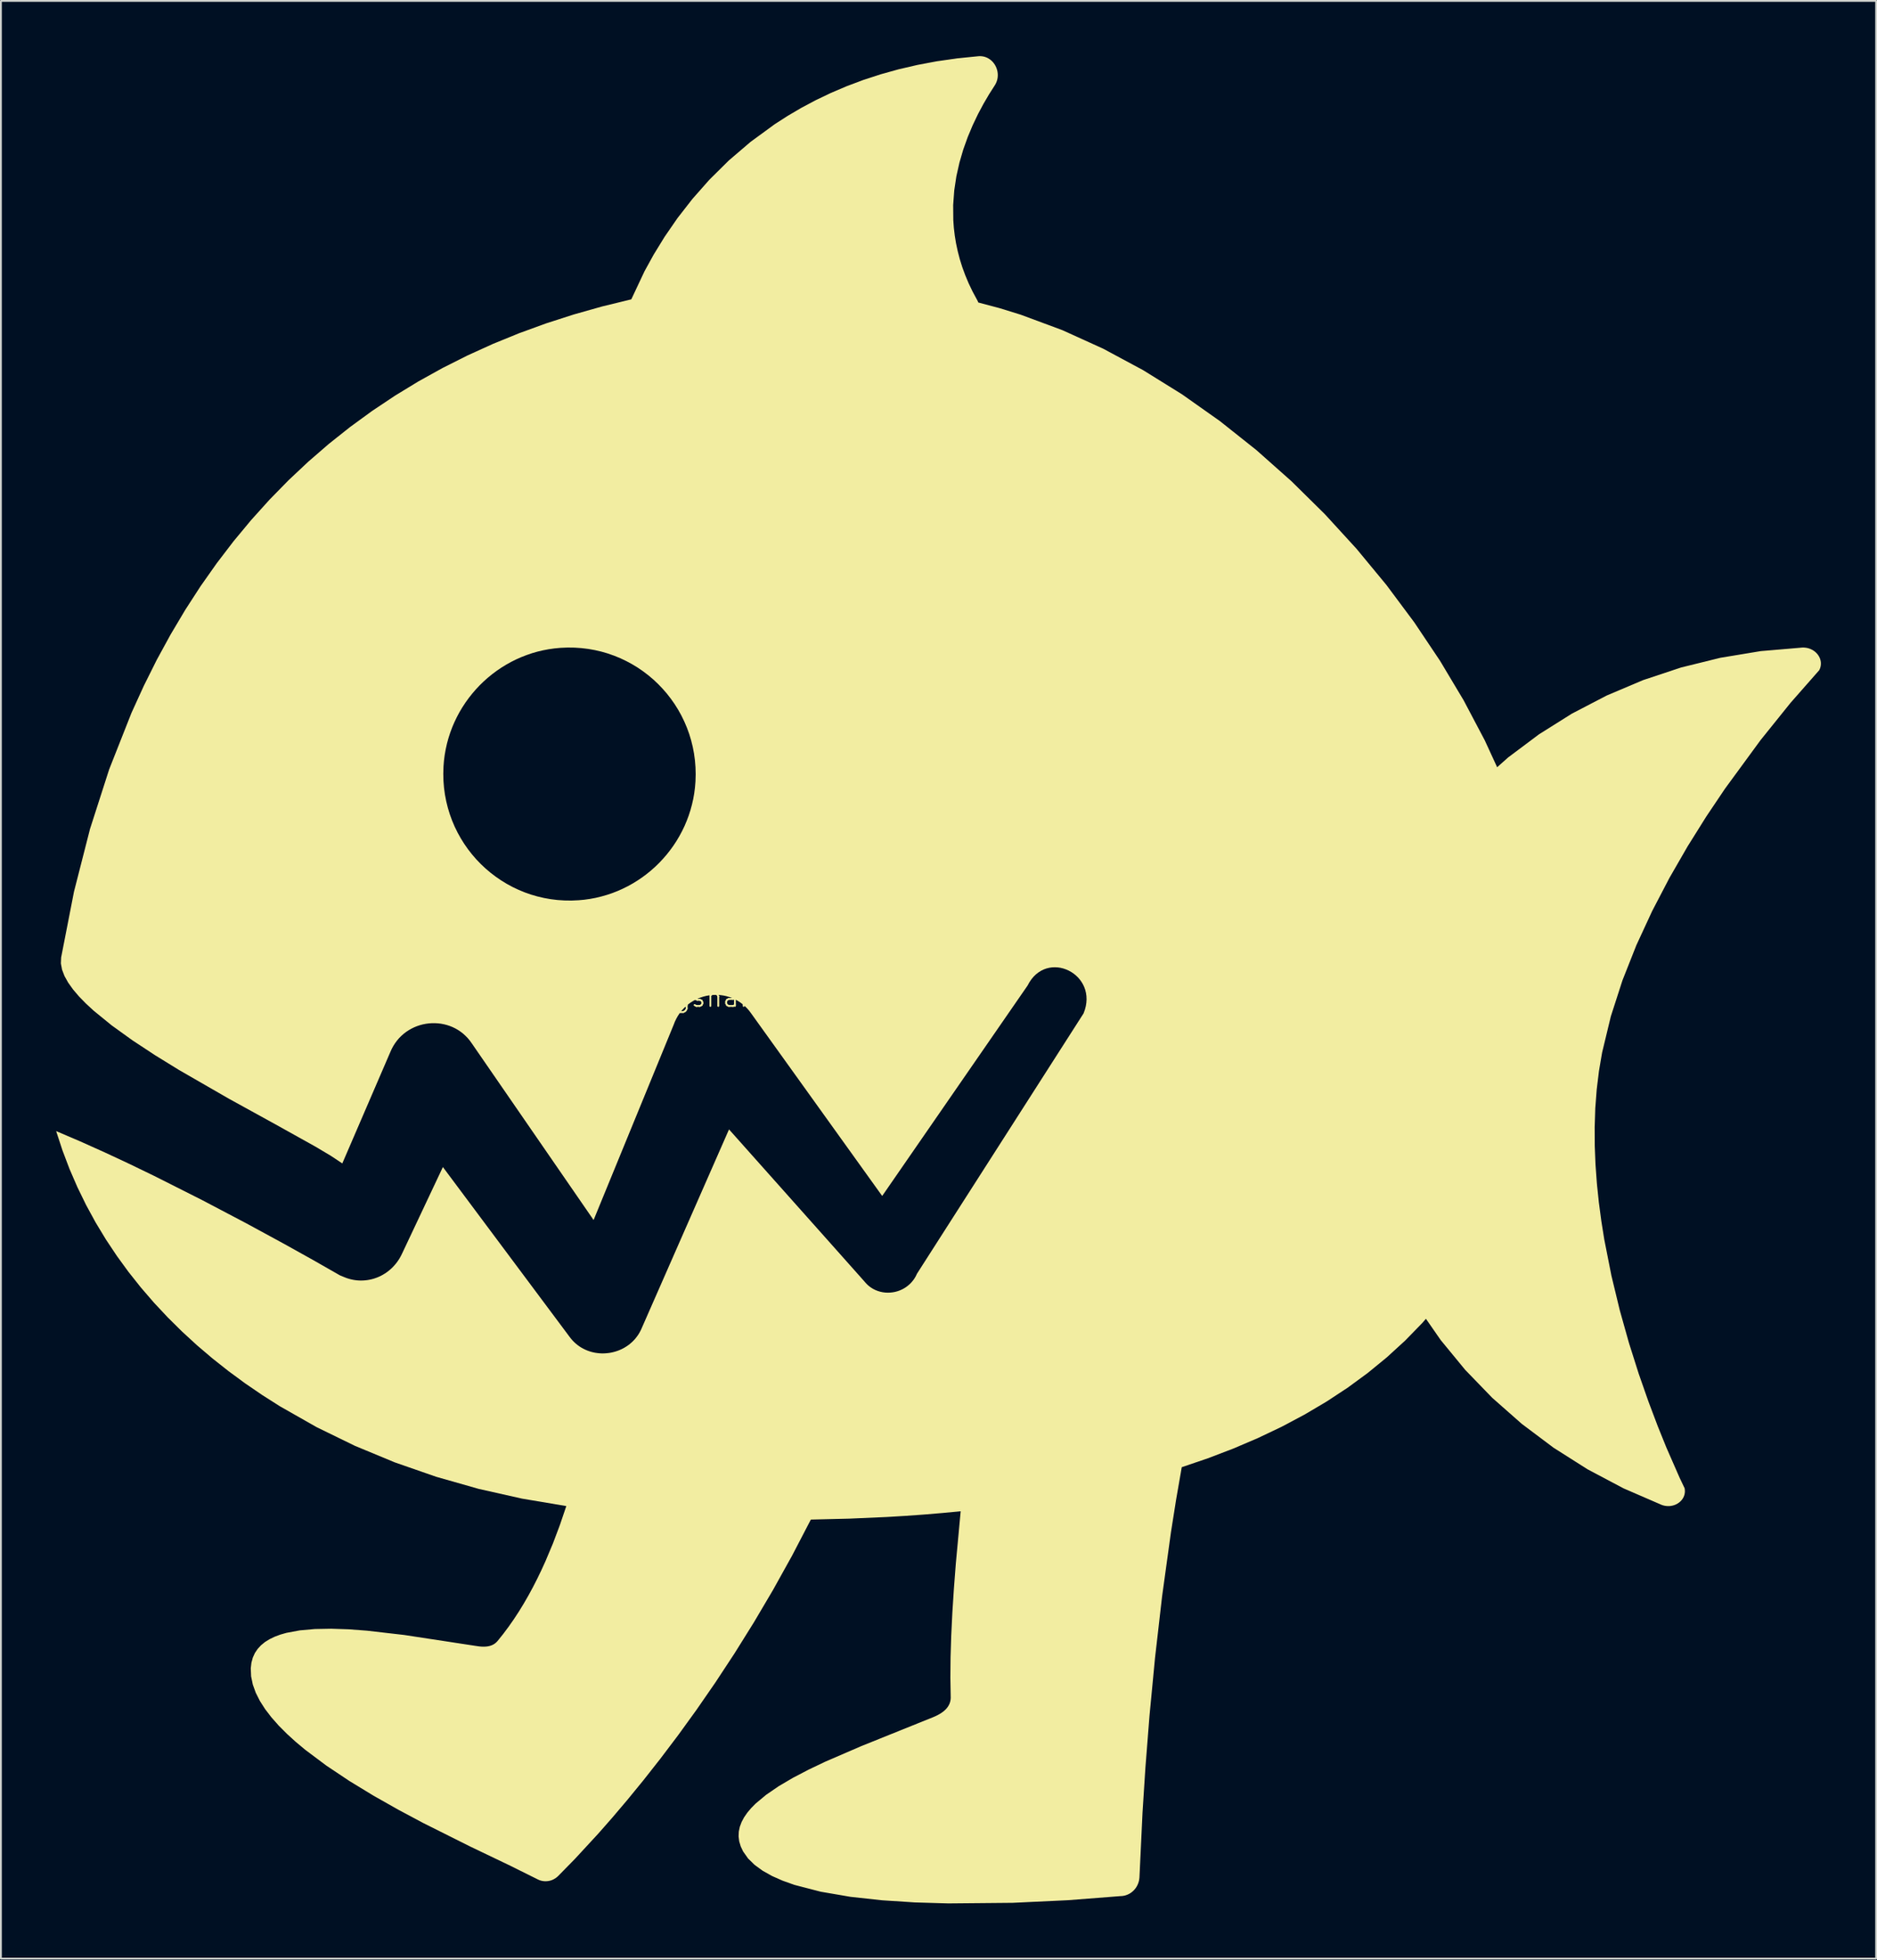
<source format=kicad_pcb>
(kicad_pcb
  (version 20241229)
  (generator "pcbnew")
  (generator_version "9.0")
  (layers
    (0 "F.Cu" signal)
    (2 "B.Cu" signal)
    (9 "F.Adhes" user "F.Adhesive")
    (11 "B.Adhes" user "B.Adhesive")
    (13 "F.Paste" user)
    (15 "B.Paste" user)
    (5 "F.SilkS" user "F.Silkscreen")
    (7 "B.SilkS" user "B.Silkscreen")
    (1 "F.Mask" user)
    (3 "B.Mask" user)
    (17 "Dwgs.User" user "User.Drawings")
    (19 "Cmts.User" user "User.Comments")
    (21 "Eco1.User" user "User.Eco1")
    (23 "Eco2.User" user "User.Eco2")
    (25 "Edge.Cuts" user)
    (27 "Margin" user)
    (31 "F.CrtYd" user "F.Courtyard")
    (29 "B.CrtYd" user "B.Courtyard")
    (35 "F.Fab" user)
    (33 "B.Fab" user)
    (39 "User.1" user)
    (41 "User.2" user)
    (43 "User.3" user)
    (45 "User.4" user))
  (footprint "Legshark_Logo_Huge"
    (layer "F.Cu")
    (at 39.608 53.129)
    (property "Reference" "Legshark_Logo_Huge" (at 0 -2 0) (unlocked yes) (layer "F.SilkS") (effects (font (size 1 1) (thickness 0.1))))
    (fp_poly (pts (xy 55.37 -21.004) (xy 55.435 -20.997) (xy 55.497 -20.987) (xy 55.558 -20.972) (xy 55.618 -20.954) (xy 55.675 -20.933) (xy 55.73 -20.908) (xy 55.784 -20.881) (xy 55.835 -20.851) (xy 55.883 -20.818) (xy 55.929 -20.782) (xy 55.973 -20.744) (xy 56.014 -20.703) (xy 56.052 -20.661) (xy 56.087 -20.617) (xy 56.119 -20.57) (xy 56.147 -20.523) (xy 56.173 -20.473) (xy 56.195 -20.423) (xy 56.213 -20.371) (xy 56.228 -20.318) (xy 56.24 -20.264) (xy 56.247 -20.21) (xy 56.25 -20.154) (xy 56.249 -20.099) (xy 56.244 -20.043) (xy 56.235 -19.987) (xy 56.221 -19.931) (xy 56.203 -19.876) (xy 56.18 -19.82) (xy 56.152 -19.766) (xy 56.152 -19.769) (xy 54.603 -18.007) (xy 52.972 -15.979) (xy 51.04 -13.341) (xy 50.024 -11.829) (xy 49.01 -10.209) (xy 48.022 -8.494) (xy 47.086 -6.699) (xy 46.226 -4.839) (xy 45.47 -2.928) (xy 44.841 -0.98) (xy 44.366 0.989) (xy 44.196 1.983) (xy 44.074 2.99) (xy 43.996 4.006) (xy 43.962 5.029) (xy 43.966 6.056) (xy 44.008 7.083) (xy 44.083 8.109) (xy 44.189 9.129) (xy 44.324 10.142) (xy 44.484 11.144) (xy 44.871 13.105) (xy 45.326 14.988) (xy 45.827 16.771) (xy 46.353 18.43) (xy 46.882 19.943) (xy 47.39 21.287) (xy 47.855 22.438) (xy 48.57 24.07) (xy 48.848 24.655) (xy 48.857 24.716) (xy 48.862 24.776) (xy 48.863 24.835) (xy 48.859 24.893) (xy 48.85 24.95) (xy 48.838 25.005) (xy 48.821 25.058) (xy 48.801 25.11) (xy 48.777 25.16) (xy 48.749 25.208) (xy 48.719 25.254) (xy 48.685 25.297) (xy 48.648 25.339) (xy 48.608 25.378) (xy 48.565 25.415) (xy 48.52 25.449) (xy 48.473 25.48) (xy 48.423 25.509) (xy 48.372 25.534) (xy 48.318 25.557) (xy 48.263 25.576) (xy 48.206 25.593) (xy 48.147 25.605) (xy 48.088 25.615) (xy 48.027 25.621) (xy 47.965 25.623) (xy 47.903 25.621) (xy 47.84 25.615) (xy 47.776 25.606) (xy 47.713 25.592) (xy 47.649 25.574) (xy 47.585 25.551) (xy 45.528 24.659) (xy 43.574 23.624) (xy 41.73 22.454) (xy 40.004 21.158) (xy 38.402 19.746) (xy 36.931 18.226) (xy 35.599 16.606) (xy 34.413 14.897) (xy 33.379 13.106) (xy 32.505 11.242) (xy 32.13 10.286) (xy 31.798 9.315) (xy 31.51 8.33) (xy 31.266 7.333) (xy 31.067 6.324) (xy 30.915 5.305) (xy 30.809 4.276) (xy 30.752 3.239) (xy 30.743 2.196) (xy 30.784 1.146) (xy 30.876 0.091) (xy 31.02 -0.967) (xy 31.215 -2.023) (xy 31.458 -3.059) (xy 31.749 -4.075) (xy 32.085 -5.069) (xy 32.466 -6.041) (xy 32.891 -6.99) (xy 33.358 -7.915) (xy 33.866 -8.816) (xy 34.414 -9.691) (xy 35 -10.54) (xy 35.625 -11.362) (xy 36.285 -12.157) (xy 37.709 -13.659) (xy 39.264 -15.041) (xy 40.94 -16.297) (xy 42.726 -17.419) (xy 44.615 -18.402) (xy 46.594 -19.24) (xy 48.656 -19.925) (xy 50.791 -20.452) (xy 52.987 -20.815) (xy 55.237 -21.007) (xy 55.304 -21.008)) (stroke (width 0) (type solid)) (fill yes) (layer "F.SilkS"))
    (fp_poly (pts (xy 10.637 -53.126) (xy 10.709 -53.118) (xy 10.779 -53.105) (xy 10.847 -53.086) (xy 10.912 -53.063) (xy 10.975 -53.035) (xy 11.036 -53.002) (xy 11.093 -52.966) (xy 11.148 -52.926) (xy 11.199 -52.881) (xy 11.248 -52.834) (xy 11.293 -52.783) (xy 11.335 -52.729) (xy 11.374 -52.673) (xy 11.408 -52.614) (xy 11.439 -52.553) (xy 11.466 -52.49) (xy 11.489 -52.425) (xy 11.508 -52.358) (xy 11.523 -52.29) (xy 11.533 -52.222) (xy 11.539 -52.152) (xy 11.54 -52.081) (xy 11.536 -52.011) (xy 11.528 -51.94) (xy 11.514 -51.869) (xy 11.495 -51.799) (xy 11.471 -51.729) (xy 11.441 -51.66) (xy 11.406 -51.592) (xy 11.365 -51.525) (xy 11.067 -51.058) (xy 10.765 -50.543) (xy 10.466 -49.983) (xy 10.178 -49.38) (xy 9.909 -48.739) (xy 9.666 -48.061) (xy 9.458 -47.349) (xy 9.291 -46.606) (xy 9.175 -45.836) (xy 9.116 -45.041) (xy 9.123 -44.223) (xy 9.153 -43.807) (xy 9.203 -43.386) (xy 9.273 -42.961) (xy 9.364 -42.533) (xy 9.477 -42.101) (xy 9.613 -41.665) (xy 9.774 -41.228) (xy 9.959 -40.787) (xy 10.171 -40.345) (xy 10.41 -39.901) (xy 10.42 -39.883) (xy 10.43 -39.865) (xy 10.44 -39.846) (xy 10.449 -39.827) (xy 10.457 -39.808) (xy 10.465 -39.788) (xy 10.473 -39.769) (xy 10.48 -39.75) (xy 11.633 -39.443) (xy 12.779 -39.089) (xy 15.043 -38.249) (xy 17.265 -37.24) (xy 19.438 -36.072) (xy 21.553 -34.758) (xy 23.605 -33.308) (xy 25.586 -31.734) (xy 27.488 -30.045) (xy 29.304 -28.254) (xy 31.027 -26.371) (xy 32.65 -24.407) (xy 34.165 -22.374) (xy 35.566 -20.282) (xy 36.844 -18.143) (xy 37.993 -15.966) (xy 39.006 -13.765) (xy 39.009 -13.765) (xy 38.343 10.101) (xy 37.72 11.328) (xy 37.032 12.498) (xy 36.281 13.613) (xy 35.469 14.673) (xy 34.596 15.68) (xy 33.666 16.635) (xy 32.679 17.538) (xy 31.637 18.391) (xy 30.542 19.194) (xy 29.395 19.948) (xy 28.199 20.655) (xy 26.955 21.316) (xy 25.665 21.93) (xy 24.33 22.5) (xy 22.952 23.027) (xy 21.533 23.51) (xy 21.225 25.281) (xy 20.946 27.047) (xy 20.465 30.527) (xy 20.081 33.87) (xy 19.782 36.996) (xy 19.559 39.827) (xy 19.401 42.283) (xy 19.237 45.754) (xy 19.234 45.808) (xy 19.228 45.862) (xy 19.22 45.915) (xy 19.21 45.967) (xy 19.197 46.018) (xy 19.182 46.068) (xy 19.165 46.117) (xy 19.146 46.164) (xy 19.125 46.211) (xy 19.101 46.256) (xy 19.076 46.3) (xy 19.049 46.343) (xy 19.02 46.384) (xy 18.989 46.423) (xy 18.956 46.461) (xy 18.922 46.498) (xy 18.886 46.532) (xy 18.849 46.565) (xy 18.81 46.596) (xy 18.77 46.626) (xy 18.729 46.653) (xy 18.686 46.678) (xy 18.642 46.701) (xy 18.596 46.722) (xy 18.55 46.741) (xy 18.503 46.757) (xy 18.454 46.772) (xy 18.405 46.783) (xy 18.355 46.793) (xy 18.304 46.8) (xy 18.252 46.804) (xy 18.199 46.806) (xy 15.336 47.03) (xy 12.35 47.17) (xy 8.856 47.202) (xy 7.042 47.149) (xy 5.249 47.033) (xy 3.526 46.843) (xy 1.924 46.568) (xy 0.491 46.196) (xy -0.146 45.969) (xy -0.723 45.714) (xy -1.232 45.428) (xy -1.668 45.111) (xy -2.025 44.761) (xy -2.296 44.376) (xy -2.425 44.101) (xy -2.506 43.83) (xy -2.539 43.563) (xy -2.527 43.299) (xy -2.472 43.038) (xy -2.375 42.781) (xy -2.24 42.527) (xy -2.067 42.276) (xy -1.859 42.029) (xy -1.618 41.784) (xy -1.044 41.305) (xy -0.361 40.837) (xy 0.414 40.381) (xy 1.266 39.936) (xy 2.178 39.501) (xy 4.12 38.662) (xy 8.024 37.09) (xy 8.12 37.049) (xy 8.214 37.005) (xy 8.305 36.958) (xy 8.394 36.908) (xy 8.478 36.855) (xy 8.559 36.797) (xy 8.634 36.736) (xy 8.704 36.671) (xy 8.736 36.637) (xy 8.767 36.602) (xy 8.796 36.565) (xy 8.824 36.527) (xy 8.849 36.489) (xy 8.873 36.448) (xy 8.894 36.407) (xy 8.914 36.365) (xy 8.931 36.321) (xy 8.946 36.275) (xy 8.959 36.229) (xy 8.969 36.181) (xy 8.976 36.132) (xy 8.981 36.081) (xy 8.984 36.028) (xy 8.983 35.975) (xy 8.965 34.944) (xy 8.975 33.833) (xy 9.012 32.648) (xy 9.073 31.399) (xy 9.157 30.092) (xy 9.262 28.735) (xy 9.524 25.903) (xy 8.535 25.998) (xy 7.536 26.082) (xy 6.53 26.154) (xy 5.515 26.215) (xy 3.464 26.305) (xy 1.386 26.355) (xy 0.369 28.31) (xy -0.667 30.174) (xy -1.712 31.944) (xy -2.758 33.62) (xy -3.797 35.2) (xy -4.82 36.681) (xy -5.819 38.062) (xy -6.786 39.341) (xy -7.711 40.517) (xy -8.588 41.589) (xy -9.406 42.553) (xy -10.158 43.409) (xy -11.431 44.788) (xy -12.338 45.713) (xy -12.398 45.768) (xy -12.461 45.817) (xy -12.527 45.86) (xy -12.595 45.898) (xy -12.666 45.93) (xy -12.738 45.956) (xy -12.812 45.975) (xy -12.887 45.989) (xy -12.963 45.997) (xy -13.039 45.999) (xy -13.115 45.995) (xy -13.191 45.984) (xy -13.266 45.968) (xy -13.341 45.945) (xy -13.414 45.915) (xy -13.486 45.88) (xy -14.947 45.153) (xy -17.097 44.123) (xy -19.662 42.84) (xy -21.013 42.119) (xy -22.364 41.355) (xy -23.681 40.553) (xy -24.929 39.72) (xy -26.073 38.863) (xy -26.596 38.427) (xy -27.079 37.987) (xy -27.52 37.544) (xy -27.913 37.099) (xy -28.255 36.653) (xy -28.541 36.206) (xy -28.766 35.76) (xy -28.926 35.315) (xy -29.018 34.871) (xy -29.036 34.43) (xy -29.001 34.129) (xy -28.927 33.855) (xy -28.814 33.606) (xy -28.665 33.383) (xy -28.481 33.183) (xy -28.264 33.006) (xy -28.016 32.852) (xy -27.739 32.718) (xy -27.434 32.604) (xy -27.103 32.509) (xy -26.369 32.373) (xy -25.553 32.3) (xy -24.668 32.283) (xy -23.727 32.315) (xy -22.744 32.388) (xy -20.711 32.622) (xy -16.757 33.226) (xy -16.677 33.238) (xy -16.597 33.247) (xy -16.518 33.254) (xy -16.44 33.258) (xy -16.363 33.258) (xy -16.286 33.255) (xy -16.211 33.248) (xy -16.138 33.237) (xy -16.066 33.221) (xy -15.996 33.199) (xy -15.962 33.187) (xy -15.928 33.173) (xy -15.895 33.157) (xy -15.862 33.14) (xy -15.831 33.122) (xy -15.799 33.102) (xy -15.769 33.08) (xy -15.739 33.056) (xy -15.71 33.031) (xy -15.681 33.004) (xy -15.654 32.975) (xy -15.627 32.945) (xy -15.324 32.567) (xy -15.032 32.176) (xy -14.749 31.772) (xy -14.476 31.355) (xy -14.213 30.926) (xy -13.959 30.486) (xy -13.714 30.035) (xy -13.479 29.575) (xy -13.252 29.105) (xy -13.034 28.628) (xy -12.622 27.649) (xy -12.244 26.645) (xy -11.897 25.622) (xy -14.304 25.217) (xy -16.665 24.686) (xy -18.971 24.029) (xy -21.213 23.249) (xy -23.38 22.35) (xy -25.464 21.333) (xy -27.454 20.202) (xy -28.411 19.593) (xy -29.342 18.957) (xy -30.244 18.294) (xy -31.117 17.603) (xy -31.96 16.886) (xy -32.771 16.141) (xy -33.549 15.371) (xy -34.294 14.575) (xy -35.003 13.753) (xy -35.676 12.906) (xy -36.311 12.034) (xy -36.908 11.137) (xy -37.465 10.216) (xy -37.98 9.271) (xy -38.453 8.302) (xy -38.883 7.31) (xy -39.268 6.294) (xy -39.608 5.256) (xy -38.297 5.816) (xy -36.963 6.415) (xy -35.621 7.042) (xy -34.287 7.688) (xy -31.697 8.993) (xy -29.312 10.247) (xy -27.251 11.367) (xy -25.632 12.269) (xy -24.195 13.09) (xy -23.943 13.194) (xy -23.832 13.237) (xy -23.719 13.273) (xy -23.607 13.304) (xy -23.493 13.329) (xy -23.38 13.348) (xy -23.266 13.362) (xy -23.152 13.37) (xy -23.038 13.372) (xy -22.925 13.369) (xy -22.813 13.361) (xy -22.701 13.347) (xy -22.59 13.328) (xy -22.48 13.304) (xy -22.371 13.275) (xy -22.264 13.24) (xy -22.158 13.201) (xy -22.054 13.156) (xy -21.952 13.107) (xy -21.852 13.052) (xy -21.755 12.993) (xy -21.66 12.93) (xy -21.568 12.861) (xy -21.478 12.788) (xy -21.392 12.711) (xy -21.309 12.629) (xy -21.229 12.542) (xy -21.153 12.451) (xy -21.08 12.356) (xy -21.012 12.257) (xy -20.947 12.154) (xy -20.887 12.046) (xy -20.831 11.935) (xy -18.601 7.208) (xy -11.727 16.42) (xy -11.648 16.523) (xy -11.565 16.62) (xy -11.477 16.71) (xy -11.386 16.794) (xy -11.291 16.872) (xy -11.192 16.944) (xy -11.091 17.009) (xy -10.986 17.068) (xy -10.879 17.121) (xy -10.77 17.168) (xy -10.659 17.209) (xy -10.546 17.244) (xy -10.431 17.273) (xy -10.316 17.296) (xy -10.199 17.313) (xy -10.082 17.324) (xy -9.995 17.329) (xy -9.908 17.33) (xy -9.821 17.328) (xy -9.734 17.322) (xy -9.647 17.314) (xy -9.561 17.303) (xy -9.475 17.288) (xy -9.389 17.27) (xy -9.304 17.249) (xy -9.22 17.225) (xy -9.137 17.198) (xy -9.055 17.168) (xy -8.974 17.135) (xy -8.894 17.099) (xy -8.815 17.059) (xy -8.738 17.017) (xy -8.663 16.971) (xy -8.589 16.923) (xy -8.516 16.871) (xy -8.446 16.817) (xy -8.378 16.759) (xy -8.312 16.699) (xy -8.248 16.635) (xy -8.186 16.569) (xy -8.127 16.5) (xy -8.07 16.427) (xy -8.016 16.352) (xy -7.964 16.274) (xy -7.916 16.192) (xy -7.871 16.108) (xy -7.828 16.021) (xy -7.789 15.931) (xy -5.126 9.868) (xy -3.059 5.163) (xy 2.386 11.275) (xy 4.268 13.39) (xy 4.338 13.472) (xy 4.388 13.527) (xy 4.439 13.579) (xy 4.491 13.628) (xy 4.545 13.674) (xy 4.601 13.717) (xy 4.658 13.757) (xy 4.717 13.795) (xy 4.776 13.83) (xy 4.899 13.891) (xy 5.026 13.94) (xy 5.155 13.979) (xy 5.287 14.008) (xy 5.42 14.025) (xy 5.554 14.032) (xy 5.688 14.028) (xy 5.822 14.014) (xy 5.954 13.99) (xy 6.084 13.956) (xy 6.211 13.911) (xy 6.335 13.857) (xy 6.399 13.824) (xy 6.462 13.788) (xy 6.523 13.75) (xy 6.583 13.708) (xy 6.641 13.665) (xy 6.698 13.618) (xy 6.753 13.569) (xy 6.806 13.518) (xy 6.857 13.463) (xy 6.905 13.406) (xy 6.952 13.347) (xy 6.996 13.285) (xy 7.038 13.22) (xy 7.077 13.152) (xy 7.113 13.082) (xy 7.146 13.009) (xy 16.199 -1.137) (xy 16.271 -1.336) (xy 16.321 -1.53) (xy 16.351 -1.718) (xy 16.362 -1.901) (xy 16.355 -2.078) (xy 16.331 -2.247) (xy 16.292 -2.41) (xy 16.237 -2.565) (xy 16.169 -2.711) (xy 16.087 -2.849) (xy 15.994 -2.978) (xy 15.89 -3.097) (xy 15.777 -3.205) (xy 15.655 -3.303) (xy 15.525 -3.389) (xy 15.388 -3.464) (xy 15.246 -3.526) (xy 15.1 -3.576) (xy 14.95 -3.613) (xy 14.798 -3.635) (xy 14.644 -3.643) (xy 14.49 -3.637) (xy 14.337 -3.615) (xy 14.185 -3.578) (xy 14.036 -3.524) (xy 13.891 -3.453) (xy 13.751 -3.365) (xy 13.616 -3.26) (xy 13.489 -3.136) (xy 13.369 -2.993) (xy 13.259 -2.831) (xy 13.158 -2.649) (xy 5.261 8.779) (xy -1.859 -1.141) (xy -1.966 -1.284) (xy -2.081 -1.415) (xy -2.202 -1.535) (xy -2.329 -1.644) (xy -2.463 -1.743) (xy -2.601 -1.83) (xy -2.743 -1.906) (xy -2.89 -1.972) (xy -3.039 -2.027) (xy -3.192 -2.071) (xy -3.346 -2.105) (xy -3.502 -2.128) (xy -3.659 -2.141) (xy -3.816 -2.144) (xy -3.974 -2.136) (xy -4.13 -2.118) (xy -4.285 -2.091) (xy -4.439 -2.053) (xy -4.589 -2.006) (xy -4.737 -1.948) (xy -4.881 -1.881) (xy -5.021 -1.805) (xy -5.156 -1.719) (xy -5.286 -1.623) (xy -5.41 -1.518) (xy -5.527 -1.403) (xy -5.638 -1.28) (xy -5.74 -1.147) (xy -5.835 -1.005) (xy -5.92 -0.854) (xy -5.997 -0.695) (xy -6.063 -0.526) (xy -10.415 10.086) (xy -17.027 0.496) (xy -17.135 0.346) (xy -17.25 0.207) (xy -17.373 0.08) (xy -17.502 -0.037) (xy -17.638 -0.143) (xy -17.779 -0.237) (xy -17.925 -0.321) (xy -18.076 -0.394) (xy -18.23 -0.456) (xy -18.388 -0.508) (xy -18.548 -0.548) (xy -18.71 -0.579) (xy -18.874 -0.598) (xy -19.038 -0.607) (xy -19.203 -0.606) (xy -19.367 -0.594) (xy -19.531 -0.572) (xy -19.692 -0.54) (xy -19.852 -0.497) (xy -20.009 -0.444) (xy -20.162 -0.381) (xy -20.312 -0.308) (xy -20.457 -0.225) (xy -20.596 -0.133) (xy -20.73 -0.03) (xy -20.858 0.083) (xy -20.979 0.205) (xy -21.092 0.338) (xy -21.197 0.48) (xy -21.293 0.631) (xy -21.38 0.792) (xy -21.457 0.963) (xy -24.065 7.012) (xy -24.688 6.597) (xy -25.521 6.101) (xy -27.671 4.903) (xy -30.234 3.492) (xy -32.926 1.941) (xy -34.233 1.136) (xy -35.466 0.324) (xy -36.589 -0.485) (xy -37.569 -1.283) (xy -37.993 -1.675) (xy -38.369 -2.06) (xy -38.69 -2.438) (xy -38.954 -2.807) (xy -39.155 -3.167) (xy -39.288 -3.515) (xy -39.351 -3.852) (xy -39.337 -4.175) (xy -38.638 -7.753) (xy -37.767 -11.161) (xy -36.805 -14.152) (xy -18.579 -14.152) (xy -18.57 -13.771) (xy -18.54 -13.394) (xy -18.49 -13.024) (xy -18.42 -12.661) (xy -18.332 -12.304) (xy -18.226 -11.955) (xy -18.102 -11.614) (xy -17.961 -11.282) (xy -17.803 -10.959) (xy -17.629 -10.646) (xy -17.44 -10.344) (xy -17.236 -10.052) (xy -17.017 -9.771) (xy -16.785 -9.503) (xy -16.539 -9.247) (xy -16.28 -9.004) (xy -16.009 -8.774) (xy -15.726 -8.559) (xy -15.433 -8.358) (xy -15.128 -8.172) (xy -14.814 -8.002) (xy -14.49 -7.848) (xy -14.157 -7.711) (xy -13.815 -7.591) (xy -13.466 -7.489) (xy -13.109 -7.406) (xy -12.745 -7.341) (xy -12.376 -7.296) (xy -12 -7.271) (xy -11.619 -7.266) (xy -11.234 -7.283) (xy -10.916 -7.312) (xy -10.602 -7.357) (xy -10.293 -7.415) (xy -9.989 -7.488) (xy -9.691 -7.574) (xy -9.397 -7.673) (xy -9.11 -7.785) (xy -8.829 -7.91) (xy -8.555 -8.046) (xy -8.288 -8.195) (xy -8.028 -8.355) (xy -7.775 -8.526) (xy -7.531 -8.708) (xy -7.295 -8.9) (xy -7.068 -9.102) (xy -6.85 -9.314) (xy -6.642 -9.536) (xy -6.443 -9.766) (xy -6.255 -10.005) (xy -6.076 -10.252) (xy -5.909 -10.507) (xy -5.753 -10.77) (xy -5.608 -11.04) (xy -5.475 -11.316) (xy -5.355 -11.6) (xy -5.247 -11.889) (xy -5.152 -12.184) (xy -5.07 -12.485) (xy -5.001 -12.791) (xy -4.947 -13.101) (xy -4.907 -13.416) (xy -4.881 -13.735) (xy -4.87 -14.122) (xy -4.88 -14.504) (xy -4.91 -14.88) (xy -4.96 -15.25) (xy -5.029 -15.614) (xy -5.117 -15.97) (xy -5.223 -16.319) (xy -5.347 -16.66) (xy -5.489 -16.992) (xy -5.646 -17.315) (xy -5.82 -17.628) (xy -6.009 -17.931) (xy -6.214 -18.222) (xy -6.432 -18.503) (xy -6.665 -18.771) (xy -6.911 -19.028) (xy -7.169 -19.271) (xy -7.44 -19.5) (xy -7.723 -19.716) (xy -8.017 -19.917) (xy -8.321 -20.102) (xy -8.636 -20.272) (xy -8.96 -20.426) (xy -9.293 -20.563) (xy -9.634 -20.683) (xy -9.984 -20.785) (xy -10.34 -20.868) (xy -10.704 -20.933) (xy -11.074 -20.978) (xy -11.449 -21.003) (xy -11.83 -21.008) (xy -12.215 -20.992) (xy -12.533 -20.962) (xy -12.847 -20.918) (xy -13.156 -20.859) (xy -13.46 -20.787) (xy -13.759 -20.701) (xy -14.052 -20.601) (xy -14.339 -20.489) (xy -14.62 -20.365) (xy -14.895 -20.228) (xy -15.162 -20.079) (xy -15.422 -19.919) (xy -15.674 -19.748) (xy -15.918 -19.566) (xy -16.154 -19.374) (xy -16.381 -19.172) (xy -16.599 -18.96) (xy -16.807 -18.739) (xy -17.006 -18.508) (xy -17.195 -18.269) (xy -17.373 -18.022) (xy -17.54 -17.767) (xy -17.697 -17.505) (xy -17.841 -17.235) (xy -17.974 -16.958) (xy -18.095 -16.675) (xy -18.203 -16.385) (xy -18.298 -16.09) (xy -18.38 -15.789) (xy -18.448 -15.483) (xy -18.503 -15.173) (xy -18.543 -14.858) (xy -18.568 -14.539) (xy -18.579 -14.152) (xy -36.805 -14.152) (xy -36.726 -14.397) (xy -35.516 -17.46) (xy -34.848 -18.925) (xy -34.139 -20.347) (xy -33.387 -21.723) (xy -32.595 -23.055) (xy -31.762 -24.342) (xy -30.887 -25.584) (xy -29.972 -26.781) (xy -29.017 -27.931) (xy -28.021 -29.036) (xy -26.985 -30.095) (xy -25.908 -31.107) (xy -24.793 -32.072) (xy -23.637 -32.99) (xy -22.442 -33.861) (xy -21.208 -34.685) (xy -19.935 -35.461) (xy -18.623 -36.189) (xy -17.272 -36.869) (xy -15.883 -37.5) (xy -14.456 -38.082) (xy -12.99 -38.616) (xy -11.487 -39.1) (xy -9.946 -39.535) (xy -8.367 -39.92) (xy -7.647 -41.45) (xy -7.151 -42.351) (xy -6.557 -43.318) (xy -5.859 -44.331) (xy -5.049 -45.371) (xy -4.123 -46.42) (xy -3.074 -47.459) (xy -1.895 -48.468) (xy -0.581 -49.43) (xy 0.129 -49.886) (xy 0.874 -50.324) (xy 1.657 -50.74) (xy 2.477 -51.132) (xy 3.336 -51.498) (xy 4.234 -51.835) (xy 5.172 -52.141) (xy 6.15 -52.414) (xy 7.17 -52.651) (xy 8.233 -52.851) (xy 9.338 -53.009) (xy 10.487 -53.125) (xy 10.563 -53.129)) (stroke (width 0) (type solid)) (fill yes) (layer "F.SilkS")))
  (gr_rect
    (start -3 -3)
    (end 98.858 103.331)
    (stroke (width 0.1) (type default))
    (fill no)
    (layer "Edge.Cuts")))
</source>
